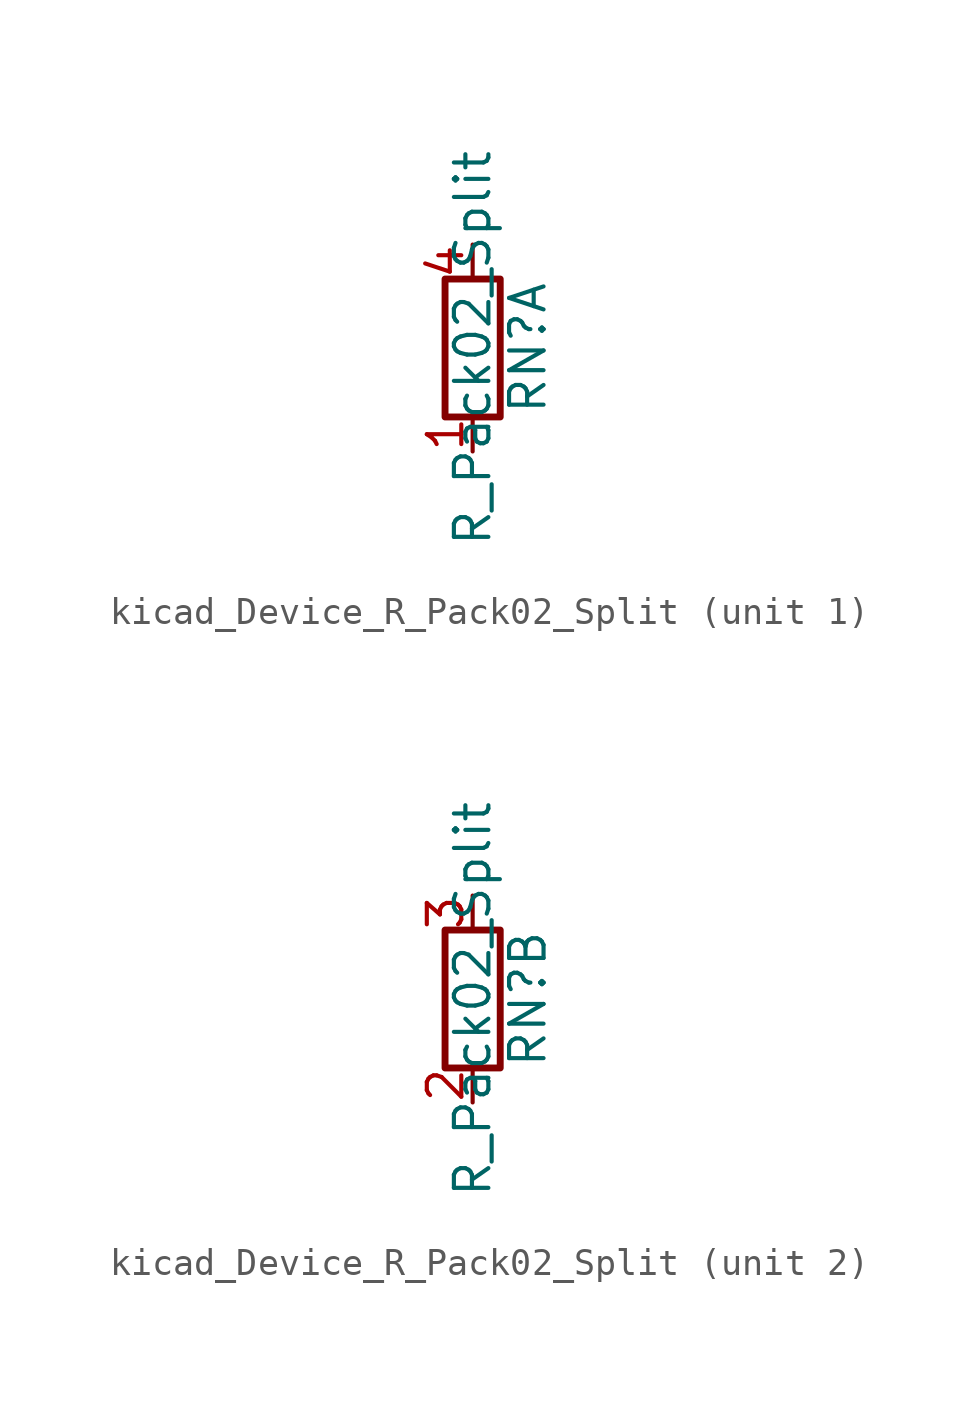
<source format=kicad_sym>
(kicad_symbol_lib
  (version 20220914)
  (generator kicad_symbol_editor)
  (symbol "kicad_Device_R_Pack02_Split"
    (pin_names
      (offset 0) hide)
    (property "Reference" "RN"
      (at 2.032 0 90)
      (effects (font (size 1.27 1.27))))
    (property "Value" "R_Pack02_Split"
      (at 0 0 90)
      (effects (font (size 1.27 1.27))))
    (symbol "kicad_Device_R_Pack02_Split_0_1"
      (rectangle (start 1.016 2.54) (end -1.016 -2.54) (stroke (width 0.254) (type default)) (fill (type none))))
    (symbol "kicad_Device_R_Pack02_Split_1_1"
      (pin passive line (at 0 -3.81 90) (length 1.27) (name "R1.1" (effects (font (size 1.27 1.27)))) (number "1" (effects (font (size 1.27 1.27)))))
      (pin passive line (at 0 3.81 270) (length 1.27) (name "R1.2" (effects (font (size 1.27 1.27)))) (number "4" (effects (font (size 1.27 1.27))))))
    (symbol "kicad_Device_R_Pack02_Split_2_1"
      (pin passive line (at 0 -3.81 90) (length 1.27) (name "R2.1" (effects (font (size 1.27 1.27)))) (number "2" (effects (font (size 1.27 1.27)))))
      (pin passive line (at 0 3.81 270) (length 1.27) (name "R2.2" (effects (font (size 1.27 1.27)))) (number "3" (effects (font (size 1.27 1.27))))))))
</source>
